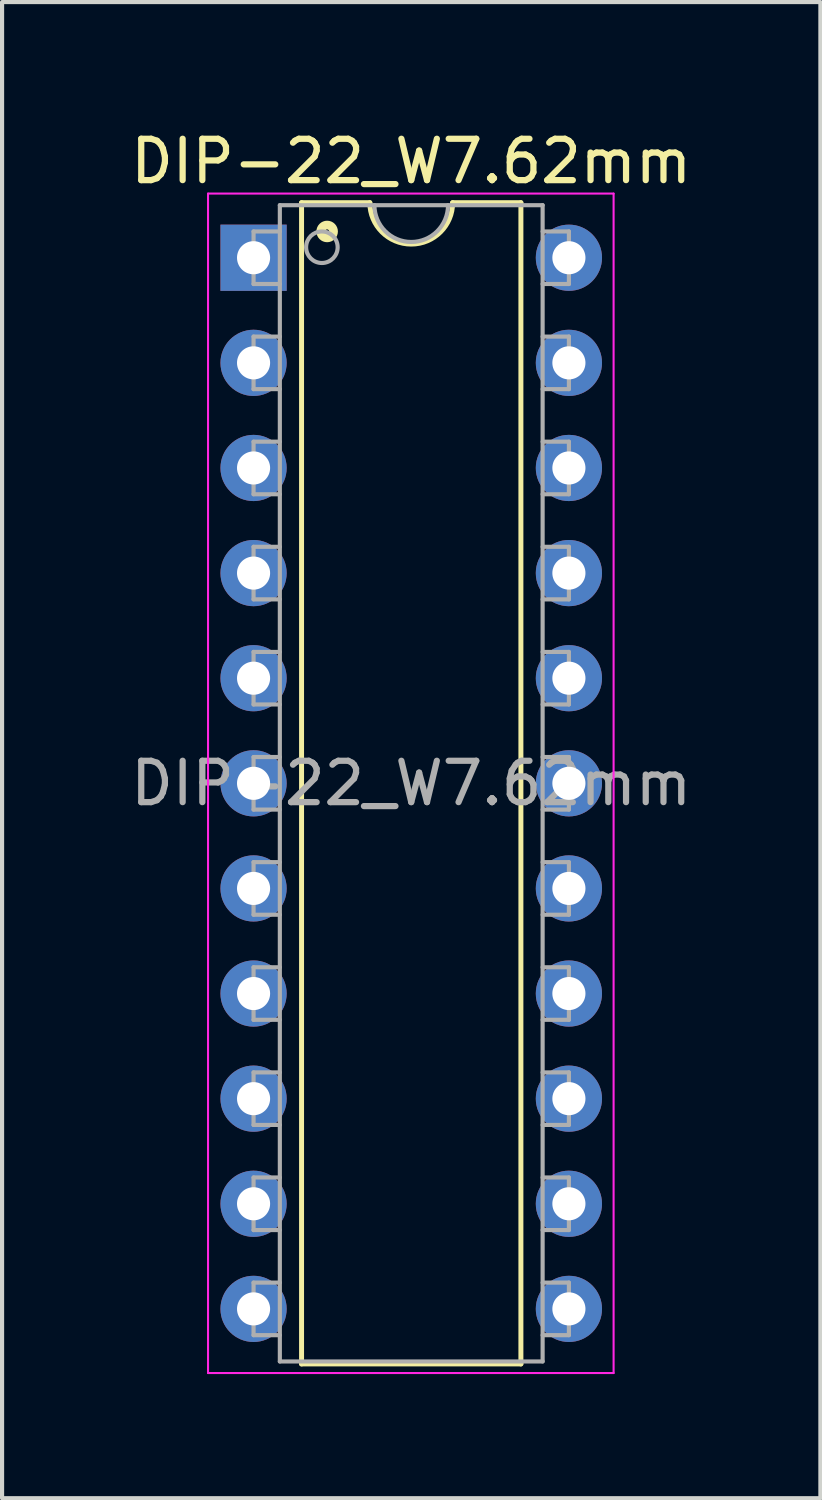
<source format=kicad_pcb>
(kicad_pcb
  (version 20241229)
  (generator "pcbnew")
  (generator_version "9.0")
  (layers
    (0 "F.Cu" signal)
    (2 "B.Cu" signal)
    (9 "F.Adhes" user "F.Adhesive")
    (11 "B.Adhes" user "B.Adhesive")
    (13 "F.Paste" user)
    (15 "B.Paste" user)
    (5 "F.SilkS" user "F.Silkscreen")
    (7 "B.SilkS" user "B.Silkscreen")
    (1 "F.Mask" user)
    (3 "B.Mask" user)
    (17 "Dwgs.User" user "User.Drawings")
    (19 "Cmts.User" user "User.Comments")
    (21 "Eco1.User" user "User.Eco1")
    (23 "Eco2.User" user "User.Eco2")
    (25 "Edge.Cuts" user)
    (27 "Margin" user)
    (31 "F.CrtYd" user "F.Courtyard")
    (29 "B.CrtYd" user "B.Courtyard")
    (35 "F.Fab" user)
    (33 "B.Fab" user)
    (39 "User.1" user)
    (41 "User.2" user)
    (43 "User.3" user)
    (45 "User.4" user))
  (footprint "DIP-22_W7.62mm"
    (layer "F.Cu")
    (at 3.077 3.178)
    (property "Reference" "DIP-22_W7.62mm" (at 3.81 -2.33 0) (layer "F.SilkS") (effects (font (size 1 1) (thickness 0.15))))
    (attr through_hole)
    (fp_line (start 1.16 -1.33) (end 1.16 26.73) (stroke (width 0.12) (type solid)) (layer "F.SilkS"))
    (fp_line (start 1.16 26.73) (end 6.46 26.73) (stroke (width 0.12) (type solid)) (layer "F.SilkS"))
    (fp_line (start 2.81 -1.33) (end 1.16 -1.33) (stroke (width 0.12) (type solid)) (layer "F.SilkS"))
    (fp_line (start 6.46 -1.33) (end 4.81 -1.33) (stroke (width 0.12) (type solid)) (layer "F.SilkS"))
    (fp_line (start 6.46 26.73) (end 6.46 -1.33) (stroke (width 0.12) (type solid)) (layer "F.SilkS"))
    (fp_arc (start 4.81 -1.33) (mid 3.81 -0.33) (end 2.81 -1.33) (stroke (width 0.12) (type solid)) (layer "F.SilkS"))
    (fp_circle (center 1.778 -0.635) (end 1.828 -0.635) (stroke (width 0.12) (type solid)) (fill no) (layer "F.SilkS"))
    (fp_circle (center 1.778 -0.635) (end 1.903 -0.635) (stroke (width 0.12) (type solid)) (fill no) (layer "F.SilkS"))
    (fp_circle (center 1.778 -0.635) (end 1.978 -0.635) (stroke (width 0.12) (type solid)) (fill no) (layer "F.SilkS"))
    (fp_line (start -1.1 -1.55) (end -1.1 26.95) (stroke (width 0.05) (type solid)) (layer "F.CrtYd"))
    (fp_line (start -1.1 26.95) (end 8.7 26.95) (stroke (width 0.05) (type solid)) (layer "F.CrtYd"))
    (fp_line (start 8.7 -1.55) (end -1.1 -1.55) (stroke (width 0.05) (type solid)) (layer "F.CrtYd"))
    (fp_line (start 8.7 26.95) (end 8.7 -1.55) (stroke (width 0.05) (type solid)) (layer "F.CrtYd"))
    (fp_line (start 0 -0.635) (end 0 0.635) (stroke (width 0.1) (type solid)) (layer "F.Fab"))
    (fp_line (start 0 -0.635) (end 0.635 -0.635) (stroke (width 0.1) (type solid)) (layer "F.Fab"))
    (fp_line (start 0 0.635) (end 0.635 0.635) (stroke (width 0.1) (type solid)) (layer "F.Fab"))
    (fp_line (start 0 1.905) (end 0 3.175) (stroke (width 0.1) (type solid)) (layer "F.Fab"))
    (fp_line (start 0 1.905) (end 0.635 1.905) (stroke (width 0.1) (type solid)) (layer "F.Fab"))
    (fp_line (start 0 3.175) (end 0.635 3.175) (stroke (width 0.1) (type solid)) (layer "F.Fab"))
    (fp_line (start 0 4.445) (end 0 5.715) (stroke (width 0.1) (type solid)) (layer "F.Fab"))
    (fp_line (start 0 4.445) (end 0.635 4.445) (stroke (width 0.1) (type solid)) (layer "F.Fab"))
    (fp_line (start 0 5.715) (end 0.635 5.715) (stroke (width 0.1) (type solid)) (layer "F.Fab"))
    (fp_line (start 0 6.985) (end 0 8.255) (stroke (width 0.1) (type solid)) (layer "F.Fab"))
    (fp_line (start 0 6.985) (end 0.635 6.985) (stroke (width 0.1) (type solid)) (layer "F.Fab"))
    (fp_line (start 0 8.255) (end 0.635 8.255) (stroke (width 0.1) (type solid)) (layer "F.Fab"))
    (fp_line (start 0 9.525) (end 0 10.795) (stroke (width 0.1) (type solid)) (layer "F.Fab"))
    (fp_line (start 0 9.525) (end 0.635 9.525) (stroke (width 0.1) (type solid)) (layer "F.Fab"))
    (fp_line (start 0 10.795) (end 0.635 10.795) (stroke (width 0.1) (type solid)) (layer "F.Fab"))
    (fp_line (start 0 12.065) (end 0 13.335) (stroke (width 0.1) (type solid)) (layer "F.Fab"))
    (fp_line (start 0 12.065) (end 0.635 12.065) (stroke (width 0.1) (type solid)) (layer "F.Fab"))
    (fp_line (start 0 13.335) (end 0.635 13.335) (stroke (width 0.1) (type solid)) (layer "F.Fab"))
    (fp_line (start 0 14.605) (end 0 15.875) (stroke (width 0.1) (type solid)) (layer "F.Fab"))
    (fp_line (start 0 14.605) (end 0.635 14.605) (stroke (width 0.1) (type solid)) (layer "F.Fab"))
    (fp_line (start 0 15.875) (end 0.635 15.875) (stroke (width 0.1) (type solid)) (layer "F.Fab"))
    (fp_line (start 0 17.145) (end 0 18.415) (stroke (width 0.1) (type solid)) (layer "F.Fab"))
    (fp_line (start 0 17.145) (end 0.635 17.145) (stroke (width 0.1) (type solid)) (layer "F.Fab"))
    (fp_line (start 0 18.415) (end 0.635 18.415) (stroke (width 0.1) (type solid)) (layer "F.Fab"))
    (fp_line (start 0 19.685) (end 0 20.955) (stroke (width 0.1) (type solid)) (layer "F.Fab"))
    (fp_line (start 0 19.685) (end 0.635 19.685) (stroke (width 0.1) (type solid)) (layer "F.Fab"))
    (fp_line (start 0 20.955) (end 0.635 20.955) (stroke (width 0.1) (type solid)) (layer "F.Fab"))
    (fp_line (start 0 22.225) (end 0 23.495) (stroke (width 0.1) (type solid)) (layer "F.Fab"))
    (fp_line (start 0 22.225) (end 0.635 22.225) (stroke (width 0.1) (type solid)) (layer "F.Fab"))
    (fp_line (start 0 23.495) (end 0.635 23.495) (stroke (width 0.1) (type solid)) (layer "F.Fab"))
    (fp_line (start 0 24.765) (end 0 26.035) (stroke (width 0.1) (type solid)) (layer "F.Fab"))
    (fp_line (start 0 24.765) (end 0.635 24.765) (stroke (width 0.1) (type solid)) (layer "F.Fab"))
    (fp_line (start 0 26.035) (end 0.635 26.035) (stroke (width 0.1) (type solid)) (layer "F.Fab"))
    (fp_line (start 0.635 -1.27) (end 6.985 -1.27) (stroke (width 0.1) (type solid)) (layer "F.Fab"))
    (fp_line (start 0.635 26.67) (end 0.635 -1.27) (stroke (width 0.1) (type solid)) (layer "F.Fab"))
    (fp_line (start 6.985 -1.27) (end 6.985 26.67) (stroke (width 0.1) (type solid)) (layer "F.Fab"))
    (fp_line (start 6.985 26.67) (end 0.635 26.67) (stroke (width 0.1) (type solid)) (layer "F.Fab"))
    (fp_line (start 7.62 -0.635) (end 6.985 -0.635) (stroke (width 0.1) (type solid)) (layer "F.Fab"))
    (fp_line (start 7.62 0.635) (end 6.985 0.635) (stroke (width 0.1) (type solid)) (layer "F.Fab"))
    (fp_line (start 7.62 0.635) (end 7.62 -0.635) (stroke (width 0.1) (type solid)) (layer "F.Fab"))
    (fp_line (start 7.62 1.905) (end 6.985 1.905) (stroke (width 0.1) (type solid)) (layer "F.Fab"))
    (fp_line (start 7.62 3.175) (end 6.985 3.175) (stroke (width 0.1) (type solid)) (layer "F.Fab"))
    (fp_line (start 7.62 3.175) (end 7.62 1.905) (stroke (width 0.1) (type solid)) (layer "F.Fab"))
    (fp_line (start 7.62 4.445) (end 6.985 4.445) (stroke (width 0.1) (type solid)) (layer "F.Fab"))
    (fp_line (start 7.62 5.715) (end 6.985 5.715) (stroke (width 0.1) (type solid)) (layer "F.Fab"))
    (fp_line (start 7.62 5.715) (end 7.62 4.445) (stroke (width 0.1) (type solid)) (layer "F.Fab"))
    (fp_line (start 7.62 6.985) (end 6.985 6.985) (stroke (width 0.1) (type solid)) (layer "F.Fab"))
    (fp_line (start 7.62 8.255) (end 6.985 8.255) (stroke (width 0.1) (type solid)) (layer "F.Fab"))
    (fp_line (start 7.62 8.255) (end 7.62 6.985) (stroke (width 0.1) (type solid)) (layer "F.Fab"))
    (fp_line (start 7.62 9.525) (end 6.985 9.525) (stroke (width 0.1) (type solid)) (layer "F.Fab"))
    (fp_line (start 7.62 10.795) (end 6.985 10.795) (stroke (width 0.1) (type solid)) (layer "F.Fab"))
    (fp_line (start 7.62 10.795) (end 7.62 9.525) (stroke (width 0.1) (type solid)) (layer "F.Fab"))
    (fp_line (start 7.62 12.065) (end 6.985 12.065) (stroke (width 0.1) (type solid)) (layer "F.Fab"))
    (fp_line (start 7.62 13.335) (end 6.985 13.335) (stroke (width 0.1) (type solid)) (layer "F.Fab"))
    (fp_line (start 7.62 13.335) (end 7.62 12.065) (stroke (width 0.1) (type solid)) (layer "F.Fab"))
    (fp_line (start 7.62 14.605) (end 6.985 14.605) (stroke (width 0.1) (type solid)) (layer "F.Fab"))
    (fp_line (start 7.62 15.875) (end 6.985 15.875) (stroke (width 0.1) (type solid)) (layer "F.Fab"))
    (fp_line (start 7.62 15.875) (end 7.62 14.605) (stroke (width 0.1) (type solid)) (layer "F.Fab"))
    (fp_line (start 7.62 17.145) (end 6.985 17.145) (stroke (width 0.1) (type solid)) (layer "F.Fab"))
    (fp_line (start 7.62 18.415) (end 6.985 18.415) (stroke (width 0.1) (type solid)) (layer "F.Fab"))
    (fp_line (start 7.62 18.415) (end 7.62 17.145) (stroke (width 0.1) (type solid)) (layer "F.Fab"))
    (fp_line (start 7.62 19.685) (end 6.985 19.685) (stroke (width 0.1) (type solid)) (layer "F.Fab"))
    (fp_line (start 7.62 20.955) (end 6.985 20.955) (stroke (width 0.1) (type solid)) (layer "F.Fab"))
    (fp_line (start 7.62 20.955) (end 7.62 19.685) (stroke (width 0.1) (type solid)) (layer "F.Fab"))
    (fp_line (start 7.62 22.225) (end 6.985 22.225) (stroke (width 0.1) (type solid)) (layer "F.Fab"))
    (fp_line (start 7.62 23.495) (end 6.985 23.495) (stroke (width 0.1) (type solid)) (layer "F.Fab"))
    (fp_line (start 7.62 23.495) (end 7.62 22.225) (stroke (width 0.1) (type solid)) (layer "F.Fab"))
    (fp_line (start 7.62 24.765) (end 6.985 24.765) (stroke (width 0.1) (type solid)) (layer "F.Fab"))
    (fp_line (start 7.62 26.035) (end 6.985 26.035) (stroke (width 0.1) (type solid)) (layer "F.Fab"))
    (fp_line (start 7.62 26.035) (end 7.62 24.765) (stroke (width 0.1) (type solid)) (layer "F.Fab"))
    (fp_arc (start 4.699 -1.27) (mid 3.81 -0.381) (end 2.921 -1.27) (stroke (width 0.1) (type solid)) (layer "F.Fab"))
    (fp_circle (center 1.651 -0.254) (end 2.032 -0.254) (stroke (width 0.1) (type solid)) (fill no) (layer "F.Fab"))
    (fp_text user "${REFERENCE}" (at 3.81 12.7 0) (layer "F.Fab") (effects (font (size 1 1) (thickness 0.15))))
    (pad "1" thru_hole rect (at 0 0) (size 1.6 1.6) (drill 0.8) (layers "*.Cu" "*.Mask"))
    (pad "2" thru_hole oval (at 0 2.54) (size 1.6 1.6) (drill 0.8) (layers "*.Cu" "*.Mask"))
    (pad "3" thru_hole oval (at 0 5.08) (size 1.6 1.6) (drill 0.8) (layers "*.Cu" "*.Mask"))
    (pad "4" thru_hole oval (at 0 7.62) (size 1.6 1.6) (drill 0.8) (layers "*.Cu" "*.Mask"))
    (pad "5" thru_hole oval (at 0 10.16) (size 1.6 1.6) (drill 0.8) (layers "*.Cu" "*.Mask"))
    (pad "6" thru_hole oval (at 0 12.7) (size 1.6 1.6) (drill 0.8) (layers "*.Cu" "*.Mask"))
    (pad "7" thru_hole oval (at 0 15.24) (size 1.6 1.6) (drill 0.8) (layers "*.Cu" "*.Mask"))
    (pad "8" thru_hole oval (at 0 17.78) (size 1.6 1.6) (drill 0.8) (layers "*.Cu" "*.Mask"))
    (pad "9" thru_hole oval (at 0 20.32) (size 1.6 1.6) (drill 0.8) (layers "*.Cu" "*.Mask"))
    (pad "10" thru_hole oval (at 0 22.86) (size 1.6 1.6) (drill 0.8) (layers "*.Cu" "*.Mask"))
    (pad "11" thru_hole oval (at 0 25.4) (size 1.6 1.6) (drill 0.8) (layers "*.Cu" "*.Mask"))
    (pad "12" thru_hole oval (at 7.62 25.4) (size 1.6 1.6) (drill 0.8) (layers "*.Cu" "*.Mask"))
    (pad "13" thru_hole oval (at 7.62 22.86) (size 1.6 1.6) (drill 0.8) (layers "*.Cu" "*.Mask"))
    (pad "14" thru_hole oval (at 7.62 20.32) (size 1.6 1.6) (drill 0.8) (layers "*.Cu" "*.Mask"))
    (pad "15" thru_hole oval (at 7.62 17.78) (size 1.6 1.6) (drill 0.8) (layers "*.Cu" "*.Mask"))
    (pad "16" thru_hole oval (at 7.62 15.24) (size 1.6 1.6) (drill 0.8) (layers "*.Cu" "*.Mask"))
    (pad "17" thru_hole oval (at 7.62 12.7) (size 1.6 1.6) (drill 0.8) (layers "*.Cu" "*.Mask"))
    (pad "18" thru_hole oval (at 7.62 10.16) (size 1.6 1.6) (drill 0.8) (layers "*.Cu" "*.Mask"))
    (pad "19" thru_hole oval (at 7.62 7.62) (size 1.6 1.6) (drill 0.8) (layers "*.Cu" "*.Mask"))
    (pad "20" thru_hole oval (at 7.62 5.08) (size 1.6 1.6) (drill 0.8) (layers "*.Cu" "*.Mask"))
    (pad "21" thru_hole oval (at 7.62 2.54) (size 1.6 1.6) (drill 0.8) (layers "*.Cu" "*.Mask"))
    (pad "22" thru_hole oval (at 7.62 0) (size 1.6 1.6) (drill 0.8) (layers "*.Cu" "*.Mask")))
  (gr_rect
    (start -3 -3)
    (end 16.774 33.153)
    (stroke (width 0.1) (type default))
    (fill no)
    (layer "Edge.Cuts")))
</source>
